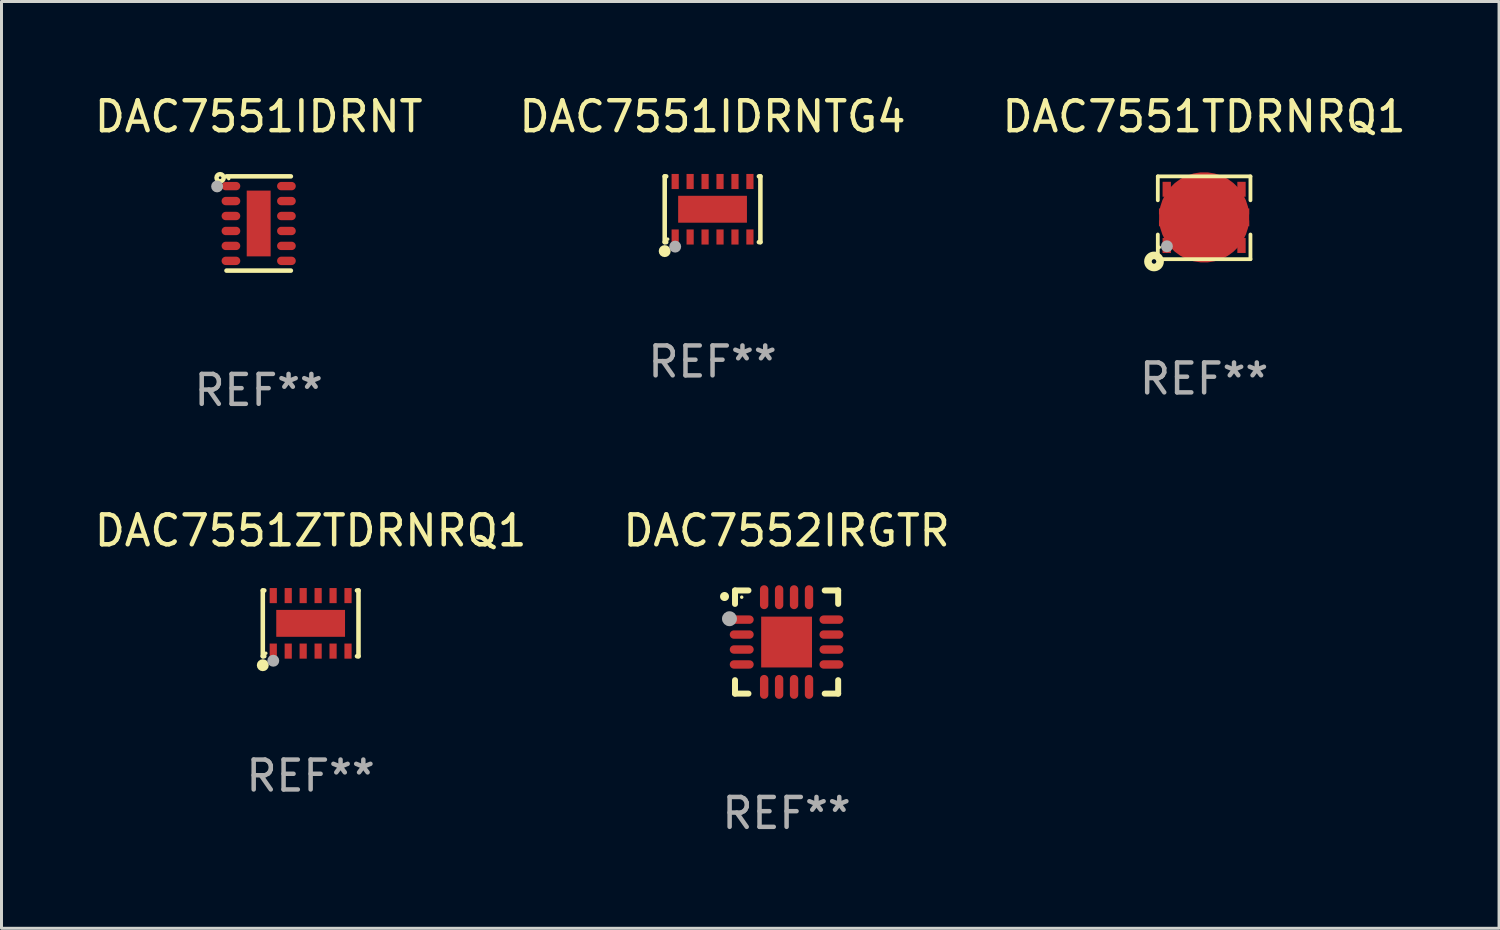
<source format=kicad_pcb>
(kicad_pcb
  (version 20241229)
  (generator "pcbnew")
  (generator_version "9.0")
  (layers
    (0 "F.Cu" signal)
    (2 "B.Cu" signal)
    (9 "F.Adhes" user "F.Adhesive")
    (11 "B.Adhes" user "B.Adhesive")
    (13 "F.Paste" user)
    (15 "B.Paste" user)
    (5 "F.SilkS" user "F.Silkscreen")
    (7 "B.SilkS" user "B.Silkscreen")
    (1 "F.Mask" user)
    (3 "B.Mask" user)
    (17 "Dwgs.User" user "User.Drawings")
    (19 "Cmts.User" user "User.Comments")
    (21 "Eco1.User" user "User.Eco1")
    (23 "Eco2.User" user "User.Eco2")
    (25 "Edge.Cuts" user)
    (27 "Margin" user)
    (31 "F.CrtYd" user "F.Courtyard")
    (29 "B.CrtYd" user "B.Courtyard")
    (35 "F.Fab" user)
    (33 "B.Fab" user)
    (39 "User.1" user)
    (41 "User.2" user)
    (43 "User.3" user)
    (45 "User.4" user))
  (footprint "DAC7551IDRNT"
    (layer "F.Cu")
    (at 5.601 4.424)
    (property "Reference" "DAC7551IDRNT" (at 0 -3.576 0) (layer "F.SilkS") (effects (font (size 1 1) (thickness 0.15))))
    (attr through_hole)
    (fp_line (start -1.076 -1.576) (end 1.076 -1.576) (stroke (width 0.152) (type solid)) (layer "F.SilkS"))
    (fp_line (start -1.076 1.576) (end 1.076 1.576) (stroke (width 0.152) (type solid)) (layer "F.SilkS"))
    (fp_circle (center -1.29 -1.53) (end -1.17 -1.53) (stroke (width 0.15) (type solid)) (fill no) (layer "F.SilkS"))
    (fp_circle (center -1 -1.5) (end -0.97 -1.5) (stroke (width 0.06) (type solid)) (fill no) (layer "F.SilkS"))
    (fp_circle (center -1.39 -1.24) (end -1.29 -1.24) (stroke (width 0.2) (type solid)) (fill no) (layer "F.Fab"))
    (fp_text user "REF**" (at 0 5.576 0) (layer "F.Fab") (effects (font (size 1 1) (thickness 0.15))))
    (pad "1" smd oval (at -0.928 -1.25) (size 0.625 0.28) (layers "F.Cu" "F.Mask" "F.Paste"))
    (pad "2" smd oval (at -0.928 -0.75) (size 0.625 0.28) (layers "F.Cu" "F.Mask" "F.Paste"))
    (pad "3" smd oval (at -0.928 -0.25) (size 0.625 0.28) (layers "F.Cu" "F.Mask" "F.Paste"))
    (pad "4" smd oval (at -0.928 0.25) (size 0.625 0.28) (layers "F.Cu" "F.Mask" "F.Paste"))
    (pad "5" smd oval (at -0.928 0.75) (size 0.625 0.28) (layers "F.Cu" "F.Mask" "F.Paste"))
    (pad "6" smd oval (at -0.928 1.25) (size 0.625 0.28) (layers "F.Cu" "F.Mask" "F.Paste"))
    (pad "7" smd oval (at 0.928 1.25) (size 0.625 0.28) (layers "F.Cu" "F.Mask" "F.Paste"))
    (pad "8" smd oval (at 0.928 0.75) (size 0.625 0.28) (layers "F.Cu" "F.Mask" "F.Paste"))
    (pad "9" smd oval (at 0.928 0.25) (size 0.625 0.28) (layers "F.Cu" "F.Mask" "F.Paste"))
    (pad "10" smd oval (at 0.928 -0.25) (size 0.625 0.28) (layers "F.Cu" "F.Mask" "F.Paste"))
    (pad "11" smd oval (at 0.928 -0.75) (size 0.625 0.28) (layers "F.Cu" "F.Mask" "F.Paste"))
    (pad "12" smd oval (at 0.928 -1.25) (size 0.625 0.28) (layers "F.Cu" "F.Mask" "F.Paste"))
    (pad "13" smd rect (at 0 0) (size 0.8 2.2) (layers "F.Cu" "F.Mask" "F.Paste")))
  (footprint "DAC7551IDRNTG4"
    (layer "F.Cu")
    (at 20.78 3.948)
    (property "Reference" "DAC7551IDRNTG4" (at 0 -3.1 0) (layer "F.SilkS") (effects (font (size 1 1) (thickness 0.15))))
    (attr through_hole)
    (fp_line (start -1.6 -1.1) (end -1.6 1.1) (stroke (width 0.152) (type solid)) (layer "F.SilkS"))
    (fp_line (start -1.6 1.1) (end -1.55 1.1) (stroke (width 0.152) (type solid)) (layer "F.SilkS"))
    (fp_line (start -1.55 -1.1) (end -1.6 -1.1) (stroke (width 0.152) (type solid)) (layer "F.SilkS"))
    (fp_line (start 1.55 1.1) (end 1.6 1.1) (stroke (width 0.152) (type solid)) (layer "F.SilkS"))
    (fp_line (start 1.6 -1.1) (end 1.55 -1.1) (stroke (width 0.152) (type solid)) (layer "F.SilkS"))
    (fp_line (start 1.6 1.1) (end 1.6 -1.1) (stroke (width 0.152) (type solid)) (layer "F.SilkS"))
    (fp_circle (center -1.6 1.4) (end -1.5 1.4) (stroke (width 0.2) (type solid)) (fill no) (layer "F.SilkS"))
    (fp_circle (center -1.5 1) (end -1.47 1) (stroke (width 0.06) (type solid)) (fill no) (layer "F.SilkS"))
    (fp_circle (center -1.25 1.25) (end -1.15 1.25) (stroke (width 0.2) (type solid)) (fill no) (layer "F.Fab"))
    (fp_text user "REF**" (at 0 5.1 0) (layer "F.Fab") (effects (font (size 1 1) (thickness 0.15))))
    (pad "1" smd rect (at -1.25 0.928) (size 0.24 0.505) (layers "F.Cu" "F.Mask" "F.Paste"))
    (pad "2" smd rect (at -0.75 0.928) (size 0.24 0.505) (layers "F.Cu" "F.Mask" "F.Paste"))
    (pad "3" smd rect (at -0.25 0.928) (size 0.24 0.505) (layers "F.Cu" "F.Mask" "F.Paste"))
    (pad "4" smd rect (at 0.25 0.928) (size 0.24 0.505) (layers "F.Cu" "F.Mask" "F.Paste"))
    (pad "5" smd rect (at 0.75 0.928) (size 0.24 0.505) (layers "F.Cu" "F.Mask" "F.Paste"))
    (pad "6" smd rect (at 1.25 0.928) (size 0.24 0.505) (layers "F.Cu" "F.Mask" "F.Paste"))
    (pad "7" smd rect (at 1.25 -0.928) (size 0.24 0.505) (layers "F.Cu" "F.Mask" "F.Paste"))
    (pad "8" smd rect (at 0.75 -0.928) (size 0.24 0.505) (layers "F.Cu" "F.Mask" "F.Paste"))
    (pad "9" smd rect (at 0.25 -0.928) (size 0.24 0.505) (layers "F.Cu" "F.Mask" "F.Paste"))
    (pad "10" smd rect (at -0.25 -0.928) (size 0.24 0.505) (layers "F.Cu" "F.Mask" "F.Paste"))
    (pad "11" smd rect (at -0.75 -0.928) (size 0.24 0.505) (layers "F.Cu" "F.Mask" "F.Paste"))
    (pad "12" smd rect (at -1.25 -0.928) (size 0.24 0.505) (layers "F.Cu" "F.Mask" "F.Paste"))
    (pad "13" smd rect (at 0.000025 0.000025) (size 2.3 0.9) (layers "F.Cu" "F.Mask" "F.Paste")))
  (footprint "DAC7551ZTDRNRQ1"
    (layer "F.Cu")
    (at 7.339 17.797)
    (property "Reference" "DAC7551ZTDRNRQ1" (at 0 -3.1 0) (layer "F.SilkS") (effects (font (size 1 1) (thickness 0.15))))
    (attr through_hole)
    (fp_line (start -1.6 -1.1) (end -1.6 1.1) (stroke (width 0.152) (type solid)) (layer "F.SilkS"))
    (fp_line (start -1.6 1.1) (end -1.55 1.1) (stroke (width 0.152) (type solid)) (layer "F.SilkS"))
    (fp_line (start -1.55 -1.1) (end -1.6 -1.1) (stroke (width 0.152) (type solid)) (layer "F.SilkS"))
    (fp_line (start 1.55 1.1) (end 1.6 1.1) (stroke (width 0.152) (type solid)) (layer "F.SilkS"))
    (fp_line (start 1.6 -1.1) (end 1.55 -1.1) (stroke (width 0.152) (type solid)) (layer "F.SilkS"))
    (fp_line (start 1.6 1.1) (end 1.6 -1.1) (stroke (width 0.152) (type solid)) (layer "F.SilkS"))
    (fp_circle (center -1.6 1.4) (end -1.5 1.4) (stroke (width 0.2) (type solid)) (fill no) (layer "F.SilkS"))
    (fp_circle (center -1.5 1) (end -1.47 1) (stroke (width 0.06) (type solid)) (fill no) (layer "F.SilkS"))
    (fp_circle (center -1.25 1.25) (end -1.15 1.25) (stroke (width 0.2) (type solid)) (fill no) (layer "F.Fab"))
    (fp_text user "REF**" (at 0 5.1 0) (layer "F.Fab") (effects (font (size 1 1) (thickness 0.15))))
    (pad "1" smd rect (at -1.25 0.928) (size 0.24 0.505) (layers "F.Cu" "F.Mask" "F.Paste"))
    (pad "2" smd rect (at -0.75 0.928) (size 0.24 0.505) (layers "F.Cu" "F.Mask" "F.Paste"))
    (pad "3" smd rect (at -0.25 0.928) (size 0.24 0.505) (layers "F.Cu" "F.Mask" "F.Paste"))
    (pad "4" smd rect (at 0.25 0.928) (size 0.24 0.505) (layers "F.Cu" "F.Mask" "F.Paste"))
    (pad "5" smd rect (at 0.75 0.928) (size 0.24 0.505) (layers "F.Cu" "F.Mask" "F.Paste"))
    (pad "6" smd rect (at 1.25 0.928) (size 0.24 0.505) (layers "F.Cu" "F.Mask" "F.Paste"))
    (pad "7" smd rect (at 1.25 -0.928) (size 0.24 0.505) (layers "F.Cu" "F.Mask" "F.Paste"))
    (pad "8" smd rect (at 0.75 -0.928) (size 0.24 0.505) (layers "F.Cu" "F.Mask" "F.Paste"))
    (pad "9" smd rect (at 0.25 -0.928) (size 0.24 0.505) (layers "F.Cu" "F.Mask" "F.Paste"))
    (pad "10" smd rect (at -0.25 -0.928) (size 0.24 0.505) (layers "F.Cu" "F.Mask" "F.Paste"))
    (pad "11" smd rect (at -0.75 -0.928) (size 0.24 0.505) (layers "F.Cu" "F.Mask" "F.Paste"))
    (pad "12" smd rect (at -1.25 -0.928) (size 0.24 0.505) (layers "F.Cu" "F.Mask" "F.Paste"))
    (pad "13" smd rect (at 0.000025 0.000025) (size 2.3 0.9) (layers "F.Cu" "F.Mask" "F.Paste")))
  (footprint "DAC7551TDRNRQ1"
    (layer "F.Cu")
    (at 37.22 4.233)
    (property "Reference" "DAC7551TDRNRQ1" (at 0 -3.384 0) (layer "F.SilkS") (effects (font (size 1 1) (thickness 0.15))))
    (attr through_hole)
    (fp_line (start -1.549 -0.585) (end -1.549 -1.384) (stroke (width 0.127) (type solid)) (layer "F.SilkS"))
    (fp_line (start -1.549 1.384) (end -1.549 0.56) (stroke (width 0.127) (type solid)) (layer "F.SilkS"))
    (fp_line (start 1.549 -1.384) (end -1.549 -1.384) (stroke (width 0.127) (type solid)) (layer "F.SilkS"))
    (fp_line (start 1.549 -0.585) (end 1.549 -1.384) (stroke (width 0.127) (type solid)) (layer "F.SilkS"))
    (fp_line (start 1.549 0.56) (end 1.549 1.384) (stroke (width 0.127) (type solid)) (layer "F.SilkS"))
    (fp_line (start 1.549 1.384) (end -1.549 1.384) (stroke (width 0.127) (type solid)) (layer "F.SilkS"))
    (fp_circle (center -1.676 1.461) (end -1.6 1.461) (stroke (width 0.254) (type solid)) (fill no) (layer "F.SilkS"))
    (fp_circle (center -1.5 0.987) (end -1.47 0.987) (stroke (width 0.06) (type solid)) (fill no) (layer "F.SilkS"))
    (fp_circle (center -1.245 0.953) (end -1.145 0.953) (stroke (width 0.2) (type solid)) (fill no) (layer "F.Fab"))
    (fp_text user "REF**" (at 0 5.384 0) (layer "F.Fab") (effects (font (size 1 1) (thickness 0.15))))
    (pad "1" smd rect (at -1.25 0.927) (size 0.279 0.5) (layers "F.Cu" "F.Mask" "F.Paste"))
    (pad "2" smd rect (at -0.75 0.927) (size 0.279 0.5) (layers "F.Cu" "F.Mask" "F.Paste"))
    (pad "3" smd rect (at -0.25 0.927) (size 0.279 0.5) (layers "F.Cu" "F.Mask" "F.Paste"))
    (pad "4" smd rect (at 0.25 0.927) (size 0.279 0.5) (layers "F.Cu" "F.Mask" "F.Paste"))
    (pad "5" smd rect (at 0.75 0.927) (size 0.279 0.5) (layers "F.Cu" "F.Mask" "F.Paste"))
    (pad "6" smd rect (at 1.25 0.927) (size 0.279 0.5) (layers "F.Cu" "F.Mask" "F.Paste"))
    (pad "7" smd rect (at 1.25 -0.953) (size 0.279 0.5) (layers "F.Cu" "F.Mask" "F.Paste"))
    (pad "8" smd rect (at 0.75 -0.953) (size 0.279 0.5) (layers "F.Cu" "F.Mask" "F.Paste"))
    (pad "9" smd rect (at 0.25 -0.953) (size 0.279 0.5) (layers "F.Cu" "F.Mask" "F.Paste"))
    (pad "10" smd rect (at -0.25 -0.953) (size 0.279 0.5) (layers "F.Cu" "F.Mask" "F.Paste"))
    (pad "11" smd rect (at -0.75 -0.953) (size 0.279 0.5) (layers "F.Cu" "F.Mask" "F.Paste"))
    (pad "12" smd rect (at -1.25 -0.953) (size 0.279 0.5) (layers "F.Cu" "F.Mask" "F.Paste"))
    (pad "13" smd custom (at 0 -0.013) (size 3.02 0.9) (layers "F.Cu" "F.Mask" "F.Paste") (options (anchor circle)) (primitives (gr_poly (pts (xy -1.05 -0.45) (xy -1.05 -0.3) (xy -1.51 -0.3) (xy -1.51 -0.1) (xy -1.5 -0.1) (xy -1.05 -0.1) (xy -1.05 0.1) (xy -1.51 0.1) (xy -1.51 0.3) (xy -1.05 0.3) (xy -1.05 0.45) (xy 1.05 0.45) (xy 1.05 0.3) (xy 1.51 0.3) (xy 1.51 0.1) (xy 1.05 0.1) (xy 1.05 -0.1) (xy 1.51 -0.1) (xy 1.51 -0.3) (xy 1.05 -0.3) (xy 1.05 -0.45)) (width 0) (fill yes)))))
  (footprint "DAC7552IRGTR"
    (layer "F.Cu")
    (at 23.256 18.422)
    (property "Reference" "DAC7552IRGTR" (at 0 -3.725 0) (layer "F.SilkS") (effects (font (size 1 1) (thickness 0.15))))
    (attr through_hole)
    (fp_line (start -1.725 -1.725) (end -1.275 -1.725) (stroke (width 0.2) (type solid)) (layer "F.SilkS"))
    (fp_line (start -1.725 -1.275) (end -1.725 -1.725) (stroke (width 0.2) (type solid)) (layer "F.SilkS"))
    (fp_line (start -1.725 1.725) (end -1.725 1.275) (stroke (width 0.2) (type solid)) (layer "F.SilkS"))
    (fp_line (start -1.275 1.725) (end -1.725 1.725) (stroke (width 0.2) (type solid)) (layer "F.SilkS"))
    (fp_line (start 1.275 -1.725) (end 1.725 -1.725) (stroke (width 0.2) (type solid)) (layer "F.SilkS"))
    (fp_line (start 1.275 1.725) (end 1.725 1.725) (stroke (width 0.2) (type solid)) (layer "F.SilkS"))
    (fp_line (start 1.725 -1.725) (end 1.725 -1.275) (stroke (width 0.2) (type solid)) (layer "F.SilkS"))
    (fp_line (start 1.725 1.725) (end 1.725 1.275) (stroke (width 0.2) (type solid)) (layer "F.SilkS"))
    (fp_arc (start -2.075184 -1.521463) (mid -2.075189 -1.522733) (end -2.075184 -1.524003) (stroke (width 0.3) (type solid)) (layer "F.SilkS"))
    (fp_circle (center -1.5 -1.5) (end -1.47 -1.5) (stroke (width 0.06) (type solid)) (fill no) (layer "F.SilkS"))
    (fp_circle (center -1.91 -0.78) (end -1.785 -0.78) (stroke (width 0.25) (type solid)) (fill no) (layer "F.Fab"))
    (fp_text user "REF**" (at 0 5.725 0) (layer "F.Fab") (effects (font (size 1 1) (thickness 0.15))))
    (pad "1" smd oval (at -1.5 -0.75) (size 0.8 0.28) (layers "F.Cu" "F.Mask" "F.Paste"))
    (pad "2" smd oval (at -1.5 -0.25) (size 0.8 0.28) (layers "F.Cu" "F.Mask" "F.Paste"))
    (pad "3" smd oval (at -1.5 0.25) (size 0.8 0.28) (layers "F.Cu" "F.Mask" "F.Paste"))
    (pad "4" smd oval (at -1.5 0.75) (size 0.8 0.28) (layers "F.Cu" "F.Mask" "F.Paste"))
    (pad "5" smd oval (at -0.75 1.5) (size 0.28 0.8) (layers "F.Cu" "F.Mask" "F.Paste"))
    (pad "6" smd oval (at -0.25 1.5) (size 0.28 0.8) (layers "F.Cu" "F.Mask" "F.Paste"))
    (pad "7" smd oval (at 0.25 1.5) (size 0.28 0.8) (layers "F.Cu" "F.Mask" "F.Paste"))
    (pad "8" smd oval (at 0.75 1.5) (size 0.28 0.8) (layers "F.Cu" "F.Mask" "F.Paste"))
    (pad "9" smd oval (at 1.5 0.75) (size 0.8 0.28) (layers "F.Cu" "F.Mask" "F.Paste"))
    (pad "10" smd oval (at 1.5 0.25) (size 0.8 0.28) (layers "F.Cu" "F.Mask" "F.Paste"))
    (pad "11" smd oval (at 1.5 -0.25) (size 0.8 0.28) (layers "F.Cu" "F.Mask" "F.Paste"))
    (pad "12" smd oval (at 1.5 -0.75) (size 0.8 0.28) (layers "F.Cu" "F.Mask" "F.Paste"))
    (pad "13" smd oval (at 0.75 -1.5) (size 0.28 0.8) (layers "F.Cu" "F.Mask" "F.Paste"))
    (pad "14" smd oval (at 0.25 -1.5) (size 0.28 0.8) (layers "F.Cu" "F.Mask" "F.Paste"))
    (pad "15" smd oval (at -0.25 -1.5) (size 0.28 0.8) (layers "F.Cu" "F.Mask" "F.Paste"))
    (pad "16" smd oval (at -0.75 -1.5) (size 0.28 0.8) (layers "F.Cu" "F.Mask" "F.Paste"))
    (pad "17" smd rect (at 0.000076 0.000076) (size 1.7 1.7) (layers "F.Cu" "F.Mask" "F.Paste")))
  (gr_rect
    (start -3 -3)
    (end 47.083 27.995)
    (stroke (width 0.1) (type default))
    (fill no)
    (layer "Edge.Cuts")))
</source>
